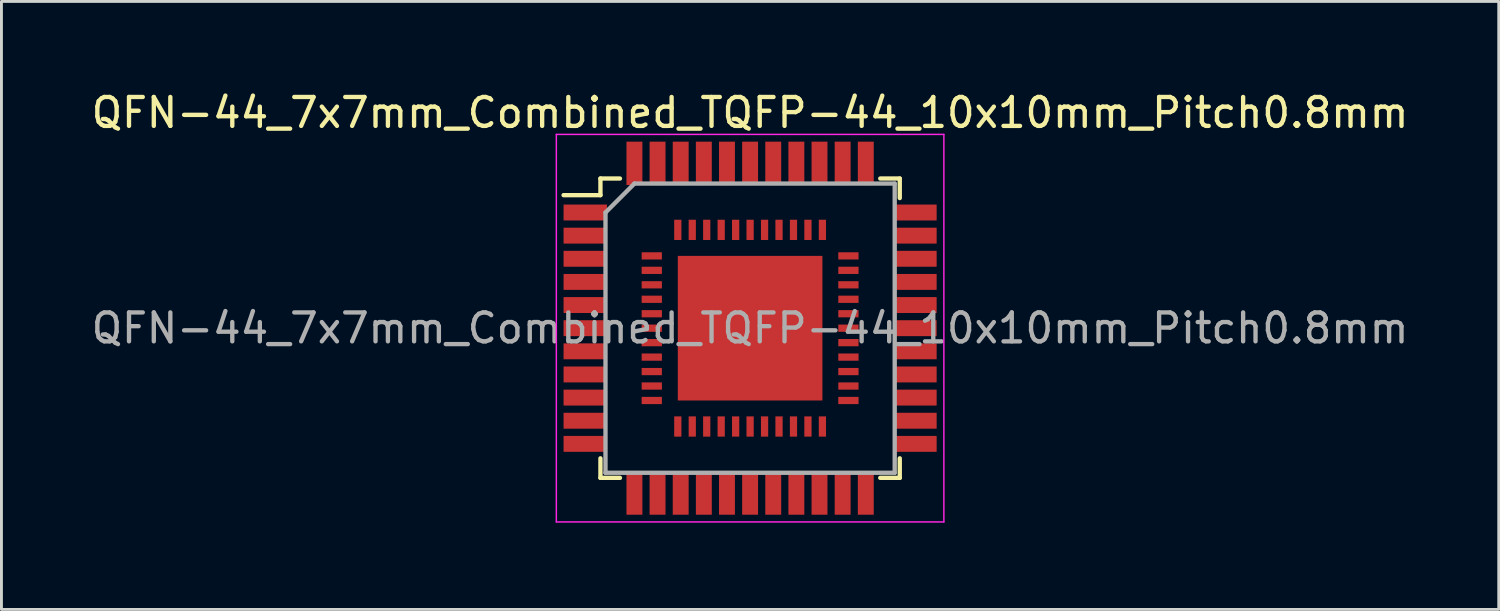
<source format=kicad_pcb>
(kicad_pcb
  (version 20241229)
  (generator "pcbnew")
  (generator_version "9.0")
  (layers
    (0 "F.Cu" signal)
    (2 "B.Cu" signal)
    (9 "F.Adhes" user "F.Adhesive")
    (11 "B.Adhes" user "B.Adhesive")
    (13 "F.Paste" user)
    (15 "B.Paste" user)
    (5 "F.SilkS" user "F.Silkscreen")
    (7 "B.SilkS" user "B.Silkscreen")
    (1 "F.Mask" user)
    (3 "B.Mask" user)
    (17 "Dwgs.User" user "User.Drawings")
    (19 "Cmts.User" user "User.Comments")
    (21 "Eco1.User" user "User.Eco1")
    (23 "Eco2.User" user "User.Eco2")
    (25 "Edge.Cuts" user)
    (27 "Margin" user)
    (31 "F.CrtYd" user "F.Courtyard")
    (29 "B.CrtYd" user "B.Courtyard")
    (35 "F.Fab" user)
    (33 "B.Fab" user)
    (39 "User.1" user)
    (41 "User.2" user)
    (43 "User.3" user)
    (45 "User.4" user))
  (footprint "QFN-44_7x7mm_Combined_TQFP-44_10x10mm_Pitch0.8mm"
    (layer "F.Cu")
    (at 22.887 8.298)
    (property "Reference" "QFN-44_7x7mm_Combined_TQFP-44_10x10mm_Pitch0.8mm" (at 0 -7.45 0) (layer "F.SilkS") (effects (font (size 1 1) (thickness 0.15))))
    (attr smd)
    (fp_line (start -5.175 -5.175) (end -5.175 -4.6) (stroke (width 0.15) (type solid)) (layer "F.SilkS"))
    (fp_line (start -5.175 -5.175) (end -4.5 -5.175) (stroke (width 0.15) (type solid)) (layer "F.SilkS"))
    (fp_line (start -5.175 -4.6) (end -6.45 -4.6) (stroke (width 0.15) (type solid)) (layer "F.SilkS"))
    (fp_line (start -5.175 5.175) (end -5.175 4.5) (stroke (width 0.15) (type solid)) (layer "F.SilkS"))
    (fp_line (start -5.175 5.175) (end -4.5 5.175) (stroke (width 0.15) (type solid)) (layer "F.SilkS"))
    (fp_line (start 5.175 -5.175) (end 4.5 -5.175) (stroke (width 0.15) (type solid)) (layer "F.SilkS"))
    (fp_line (start 5.175 -5.175) (end 5.175 -4.5) (stroke (width 0.15) (type solid)) (layer "F.SilkS"))
    (fp_line (start 5.175 5.175) (end 4.5 5.175) (stroke (width 0.15) (type solid)) (layer "F.SilkS"))
    (fp_line (start 5.175 5.175) (end 5.175 4.5) (stroke (width 0.15) (type solid)) (layer "F.SilkS"))
    (fp_line (start -6.7 -6.7) (end -6.7 6.7) (stroke (width 0.05) (type solid)) (layer "F.CrtYd"))
    (fp_line (start -6.7 -6.7) (end 6.7 -6.7) (stroke (width 0.05) (type solid)) (layer "F.CrtYd"))
    (fp_line (start -6.7 6.7) (end 6.7 6.7) (stroke (width 0.05) (type solid)) (layer "F.CrtYd"))
    (fp_line (start 6.7 -6.7) (end 6.7 6.7) (stroke (width 0.05) (type solid)) (layer "F.CrtYd"))
    (fp_line (start -5 -4) (end -4 -5) (stroke (width 0.15) (type solid)) (layer "F.Fab"))
    (fp_line (start -5 5) (end -5 -4) (stroke (width 0.15) (type solid)) (layer "F.Fab"))
    (fp_line (start -4 -5) (end 5 -5) (stroke (width 0.15) (type solid)) (layer "F.Fab"))
    (fp_line (start 5 -5) (end 5 5) (stroke (width 0.15) (type solid)) (layer "F.Fab"))
    (fp_line (start 5 5) (end -5 5) (stroke (width 0.15) (type solid)) (layer "F.Fab"))
    (fp_text user "${REFERENCE}" (at 0 0 0) (layer "F.Fab") (effects (font (size 1 1) (thickness 0.15))))
    (pad "1" smd rect (at -5.7 -4) (size 1.5 0.55) (layers "F.Cu" "F.Mask" "F.Paste"))
    (pad "1" smd rect (at -3.4 -2.5 90) (size 0.25 0.7) (layers "F.Cu" "F.Mask" "F.Paste"))
    (pad "2" smd rect (at -5.7 -3.2) (size 1.5 0.55) (layers "F.Cu" "F.Mask" "F.Paste"))
    (pad "2" smd rect (at -3.4 -2 90) (size 0.25 0.7) (layers "F.Cu" "F.Mask" "F.Paste"))
    (pad "3" smd rect (at -5.7 -2.4) (size 1.5 0.55) (layers "F.Cu" "F.Mask" "F.Paste"))
    (pad "3" smd rect (at -3.4 -1.5 90) (size 0.25 0.7) (layers "F.Cu" "F.Mask" "F.Paste"))
    (pad "4" smd rect (at -5.7 -1.6) (size 1.5 0.55) (layers "F.Cu" "F.Mask" "F.Paste"))
    (pad "4" smd rect (at -3.4 -1 90) (size 0.25 0.7) (layers "F.Cu" "F.Mask" "F.Paste"))
    (pad "5" smd rect (at -5.7 -0.8) (size 1.5 0.55) (layers "F.Cu" "F.Mask" "F.Paste"))
    (pad "5" smd rect (at -3.4 -0.5 90) (size 0.25 0.7) (layers "F.Cu" "F.Mask" "F.Paste"))
    (pad "6" smd rect (at -5.7 0) (size 1.5 0.55) (layers "F.Cu" "F.Mask" "F.Paste"))
    (pad "6" smd rect (at -3.4 0 90) (size 0.25 0.7) (layers "F.Cu" "F.Mask" "F.Paste"))
    (pad "7" smd rect (at -5.7 0.8) (size 1.5 0.55) (layers "F.Cu" "F.Mask" "F.Paste"))
    (pad "7" smd rect (at -3.4 0.5 90) (size 0.25 0.7) (layers "F.Cu" "F.Mask" "F.Paste"))
    (pad "8" smd rect (at -5.7 1.6) (size 1.5 0.55) (layers "F.Cu" "F.Mask" "F.Paste"))
    (pad "8" smd rect (at -3.4 1 90) (size 0.25 0.7) (layers "F.Cu" "F.Mask" "F.Paste"))
    (pad "9" smd rect (at -5.7 2.4) (size 1.5 0.55) (layers "F.Cu" "F.Mask" "F.Paste"))
    (pad "9" smd rect (at -3.4 1.5 90) (size 0.25 0.7) (layers "F.Cu" "F.Mask" "F.Paste"))
    (pad "10" smd rect (at -5.7 3.2) (size 1.5 0.55) (layers "F.Cu" "F.Mask" "F.Paste"))
    (pad "10" smd rect (at -3.4 2 90) (size 0.25 0.7) (layers "F.Cu" "F.Mask" "F.Paste"))
    (pad "11" smd rect (at -5.7 4) (size 1.5 0.55) (layers "F.Cu" "F.Mask" "F.Paste"))
    (pad "11" smd rect (at -3.4 2.5 90) (size 0.25 0.7) (layers "F.Cu" "F.Mask" "F.Paste"))
    (pad "12" smd rect (at -4 5.7 90) (size 1.5 0.55) (layers "F.Cu" "F.Mask" "F.Paste"))
    (pad "12" smd rect (at -2.5 3.4 180) (size 0.25 0.7) (layers "F.Cu" "F.Mask" "F.Paste"))
    (pad "13" smd rect (at -3.2 5.7 90) (size 1.5 0.55) (layers "F.Cu" "F.Mask" "F.Paste"))
    (pad "13" smd rect (at -2 3.4 180) (size 0.25 0.7) (layers "F.Cu" "F.Mask" "F.Paste"))
    (pad "14" smd rect (at -2.4 5.7 90) (size 1.5 0.55) (layers "F.Cu" "F.Mask" "F.Paste"))
    (pad "14" smd rect (at -1.5 3.4 180) (size 0.25 0.7) (layers "F.Cu" "F.Mask" "F.Paste"))
    (pad "15" smd rect (at -1.6 5.7 90) (size 1.5 0.55) (layers "F.Cu" "F.Mask" "F.Paste"))
    (pad "15" smd rect (at -1 3.4 180) (size 0.25 0.7) (layers "F.Cu" "F.Mask" "F.Paste"))
    (pad "16" smd rect (at -0.8 5.7 90) (size 1.5 0.55) (layers "F.Cu" "F.Mask" "F.Paste"))
    (pad "16" smd rect (at -0.5 3.4 180) (size 0.25 0.7) (layers "F.Cu" "F.Mask" "F.Paste"))
    (pad "17" smd rect (at 0 3.4 180) (size 0.25 0.7) (layers "F.Cu" "F.Mask" "F.Paste"))
    (pad "17" smd rect (at 0 5.7 90) (size 1.5 0.55) (layers "F.Cu" "F.Mask" "F.Paste"))
    (pad "18" smd rect (at 0.5 3.4 180) (size 0.25 0.7) (layers "F.Cu" "F.Mask" "F.Paste"))
    (pad "18" smd rect (at 0.8 5.7 90) (size 1.5 0.55) (layers "F.Cu" "F.Mask" "F.Paste"))
    (pad "19" smd rect (at 1 3.4 180) (size 0.25 0.7) (layers "F.Cu" "F.Mask" "F.Paste"))
    (pad "19" smd rect (at 1.6 5.7 90) (size 1.5 0.55) (layers "F.Cu" "F.Mask" "F.Paste"))
    (pad "20" smd rect (at 1.5 3.4 180) (size 0.25 0.7) (layers "F.Cu" "F.Mask" "F.Paste"))
    (pad "20" smd rect (at 2.4 5.7 90) (size 1.5 0.55) (layers "F.Cu" "F.Mask" "F.Paste"))
    (pad "21" smd rect (at 2 3.4 180) (size 0.25 0.7) (layers "F.Cu" "F.Mask" "F.Paste"))
    (pad "21" smd rect (at 3.2 5.7 90) (size 1.5 0.55) (layers "F.Cu" "F.Mask" "F.Paste"))
    (pad "22" smd rect (at 2.5 3.4 180) (size 0.25 0.7) (layers "F.Cu" "F.Mask" "F.Paste"))
    (pad "22" smd rect (at 4 5.7 90) (size 1.5 0.55) (layers "F.Cu" "F.Mask" "F.Paste"))
    (pad "23" smd rect (at 3.4 2.5 90) (size 0.25 0.7) (layers "F.Cu" "F.Mask" "F.Paste"))
    (pad "23" smd rect (at 5.7 4) (size 1.5 0.55) (layers "F.Cu" "F.Mask" "F.Paste"))
    (pad "24" smd rect (at 3.4 2 90) (size 0.25 0.7) (layers "F.Cu" "F.Mask" "F.Paste"))
    (pad "24" smd rect (at 5.7 3.2) (size 1.5 0.55) (layers "F.Cu" "F.Mask" "F.Paste"))
    (pad "25" smd rect (at 3.4 1.5 90) (size 0.25 0.7) (layers "F.Cu" "F.Mask" "F.Paste"))
    (pad "25" smd rect (at 5.7 2.4) (size 1.5 0.55) (layers "F.Cu" "F.Mask" "F.Paste"))
    (pad "26" smd rect (at 3.4 1 90) (size 0.25 0.7) (layers "F.Cu" "F.Mask" "F.Paste"))
    (pad "26" smd rect (at 5.7 1.6) (size 1.5 0.55) (layers "F.Cu" "F.Mask" "F.Paste"))
    (pad "27" smd rect (at 3.4 0.5 90) (size 0.25 0.7) (layers "F.Cu" "F.Mask" "F.Paste"))
    (pad "27" smd rect (at 5.7 0.8) (size 1.5 0.55) (layers "F.Cu" "F.Mask" "F.Paste"))
    (pad "28" smd rect (at 3.4 0 90) (size 0.25 0.7) (layers "F.Cu" "F.Mask" "F.Paste"))
    (pad "28" smd rect (at 5.7 0) (size 1.5 0.55) (layers "F.Cu" "F.Mask" "F.Paste"))
    (pad "29" smd rect (at 3.4 -0.5 90) (size 0.25 0.7) (layers "F.Cu" "F.Mask" "F.Paste"))
    (pad "29" smd rect (at 5.7 -0.8) (size 1.5 0.55) (layers "F.Cu" "F.Mask" "F.Paste"))
    (pad "30" smd rect (at 3.4 -1 90) (size 0.25 0.7) (layers "F.Cu" "F.Mask" "F.Paste"))
    (pad "30" smd rect (at 5.7 -1.6) (size 1.5 0.55) (layers "F.Cu" "F.Mask" "F.Paste"))
    (pad "31" smd rect (at 3.4 -1.5 90) (size 0.25 0.7) (layers "F.Cu" "F.Mask" "F.Paste"))
    (pad "31" smd rect (at 5.7 -2.4) (size 1.5 0.55) (layers "F.Cu" "F.Mask" "F.Paste"))
    (pad "32" smd rect (at 3.4 -2 90) (size 0.25 0.7) (layers "F.Cu" "F.Mask" "F.Paste"))
    (pad "32" smd rect (at 5.7 -3.2) (size 1.5 0.55) (layers "F.Cu" "F.Mask" "F.Paste"))
    (pad "33" smd rect (at 3.4 -2.5 90) (size 0.25 0.7) (layers "F.Cu" "F.Mask" "F.Paste"))
    (pad "33" smd rect (at 5.7 -4) (size 1.5 0.55) (layers "F.Cu" "F.Mask" "F.Paste"))
    (pad "34" smd rect (at 2.5 -3.4 180) (size 0.25 0.7) (layers "F.Cu" "F.Mask" "F.Paste"))
    (pad "34" smd rect (at 4 -5.7 90) (size 1.5 0.55) (layers "F.Cu" "F.Mask" "F.Paste"))
    (pad "35" smd rect (at 2 -3.4 180) (size 0.25 0.7) (layers "F.Cu" "F.Mask" "F.Paste"))
    (pad "35" smd rect (at 3.2 -5.7 90) (size 1.5 0.55) (layers "F.Cu" "F.Mask" "F.Paste"))
    (pad "36" smd rect (at 1.5 -3.4 180) (size 0.25 0.7) (layers "F.Cu" "F.Mask" "F.Paste"))
    (pad "36" smd rect (at 2.4 -5.7 90) (size 1.5 0.55) (layers "F.Cu" "F.Mask" "F.Paste"))
    (pad "37" smd rect (at 1 -3.4 180) (size 0.25 0.7) (layers "F.Cu" "F.Mask" "F.Paste"))
    (pad "37" smd rect (at 1.6 -5.7 90) (size 1.5 0.55) (layers "F.Cu" "F.Mask" "F.Paste"))
    (pad "38" smd rect (at 0.5 -3.4 180) (size 0.25 0.7) (layers "F.Cu" "F.Mask" "F.Paste"))
    (pad "38" smd rect (at 0.8 -5.7 90) (size 1.5 0.55) (layers "F.Cu" "F.Mask" "F.Paste"))
    (pad "39" smd rect (at 0 -5.7 90) (size 1.5 0.55) (layers "F.Cu" "F.Mask" "F.Paste"))
    (pad "39" smd rect (at 0 -3.4 180) (size 0.25 0.7) (layers "F.Cu" "F.Mask" "F.Paste"))
    (pad "40" smd rect (at -0.8 -5.7 90) (size 1.5 0.55) (layers "F.Cu" "F.Mask" "F.Paste"))
    (pad "40" smd rect (at -0.5 -3.4 180) (size 0.25 0.7) (layers "F.Cu" "F.Mask" "F.Paste"))
    (pad "41" smd rect (at -1.6 -5.7 90) (size 1.5 0.55) (layers "F.Cu" "F.Mask" "F.Paste"))
    (pad "41" smd rect (at -1 -3.4 180) (size 0.25 0.7) (layers "F.Cu" "F.Mask" "F.Paste"))
    (pad "42" smd rect (at -2.4 -5.7 90) (size 1.5 0.55) (layers "F.Cu" "F.Mask" "F.Paste"))
    (pad "42" smd rect (at -1.5 -3.4 180) (size 0.25 0.7) (layers "F.Cu" "F.Mask" "F.Paste"))
    (pad "43" smd rect (at -3.2 -5.7 90) (size 1.5 0.55) (layers "F.Cu" "F.Mask" "F.Paste"))
    (pad "43" smd rect (at -2 -3.4 180) (size 0.25 0.7) (layers "F.Cu" "F.Mask" "F.Paste"))
    (pad "43" smd rect (at 0 0 180) (size 5 5) (layers "F.Cu" "F.Mask" "F.Paste"))
    (pad "44" smd rect (at -4 -5.7 90) (size 1.5 0.55) (layers "F.Cu" "F.Mask" "F.Paste"))
    (pad "44" smd rect (at -2.5 -3.4 180) (size 0.25 0.7) (layers "F.Cu" "F.Mask" "F.Paste")))
  (gr_rect
    (start -3 -3)
    (end 48.774 18.023)
    (stroke (width 0.1) (type default))
    (fill no)
    (layer "Edge.Cuts")))
</source>
